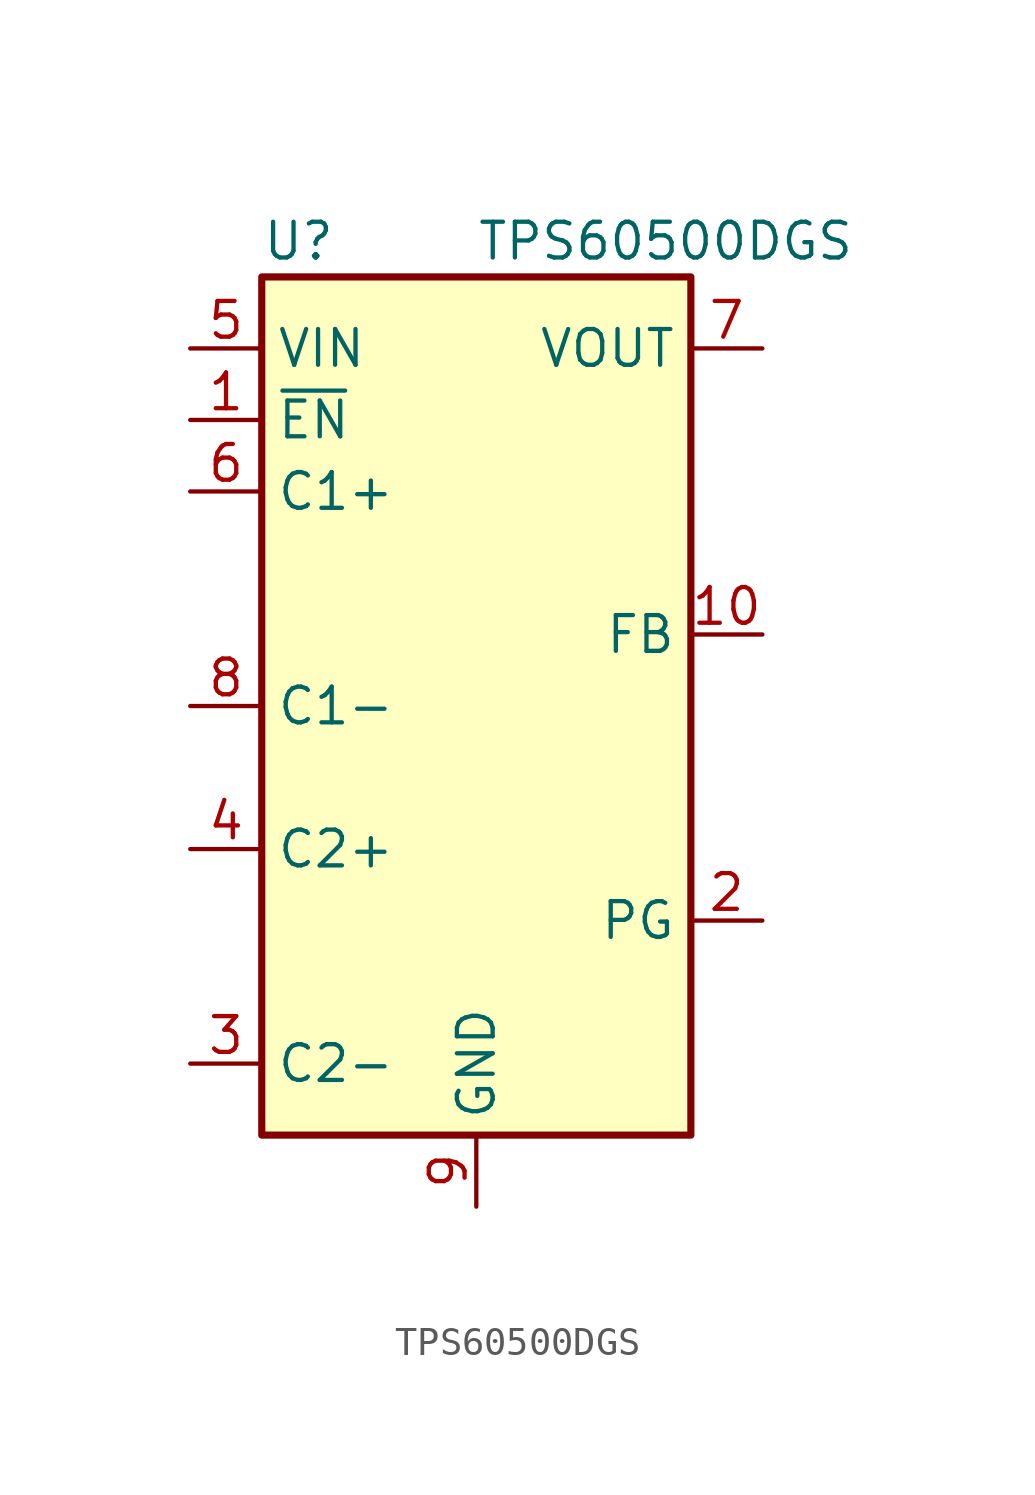
<source format=kicad_sym>
(kicad_symbol_lib
  (version 20211014)
  (generator kicad_symbol_editor)
  (symbol "TPS60500DGS"
    (property "Reference" "U"
      (at -7.62 16.51 0)
      (effects (font (size 1.27 1.27)) (justify left)))
    (property "Value" "TPS60500DGS"
      (at 0 16.51 0)
      (effects (font (size 1.27 1.27)) (justify left)))
    (symbol "TPS60500DGS_0_1"
      (rectangle (start -7.62 15.24) (end 7.62 -15.24) (stroke (width 0.254) (type default) (color 0 0 0 0)) (fill (type background))))
    (symbol "TPS60500DGS_1_1"
      (pin input line (at -10.16 10.16 0) (length 2.54) (name "~{EN}" (effects (font (size 1.27 1.27)))) (number "1" (effects (font (size 1.27 1.27)))))
      (pin input line (at 10.16 2.54 180) (length 2.54) (name "FB" (effects (font (size 1.27 1.27)))) (number "10" (effects (font (size 1.27 1.27)))))
      (pin open_collector line (at 10.16 -7.62 180) (length 2.54) (name "PG" (effects (font (size 1.27 1.27)))) (number "2" (effects (font (size 1.27 1.27)))))
      (pin passive line (at -10.16 -12.7 0) (length 2.54) (name "C2-" (effects (font (size 1.27 1.27)))) (number "3" (effects (font (size 1.27 1.27)))))
      (pin passive line (at -10.16 -5.08 0) (length 2.54) (name "C2+" (effects (font (size 1.27 1.27)))) (number "4" (effects (font (size 1.27 1.27)))))
      (pin power_in line (at -10.16 12.7 0) (length 2.54) (name "VIN" (effects (font (size 1.27 1.27)))) (number "5" (effects (font (size 1.27 1.27)))))
      (pin passive line (at -10.16 7.62 0) (length 2.54) (name "C1+" (effects (font (size 1.27 1.27)))) (number "6" (effects (font (size 1.27 1.27)))))
      (pin power_out line (at 10.16 12.7 180) (length 2.54) (name "VOUT" (effects (font (size 1.27 1.27)))) (number "7" (effects (font (size 1.27 1.27)))))
      (pin passive line (at -10.16 0 0) (length 2.54) (name "C1-" (effects (font (size 1.27 1.27)))) (number "8" (effects (font (size 1.27 1.27)))))
      (pin power_in line (at 0 -17.78 90) (length 2.54) (name "GND" (effects (font (size 1.27 1.27)))) (number "9" (effects (font (size 1.27 1.27))))))))
</source>
